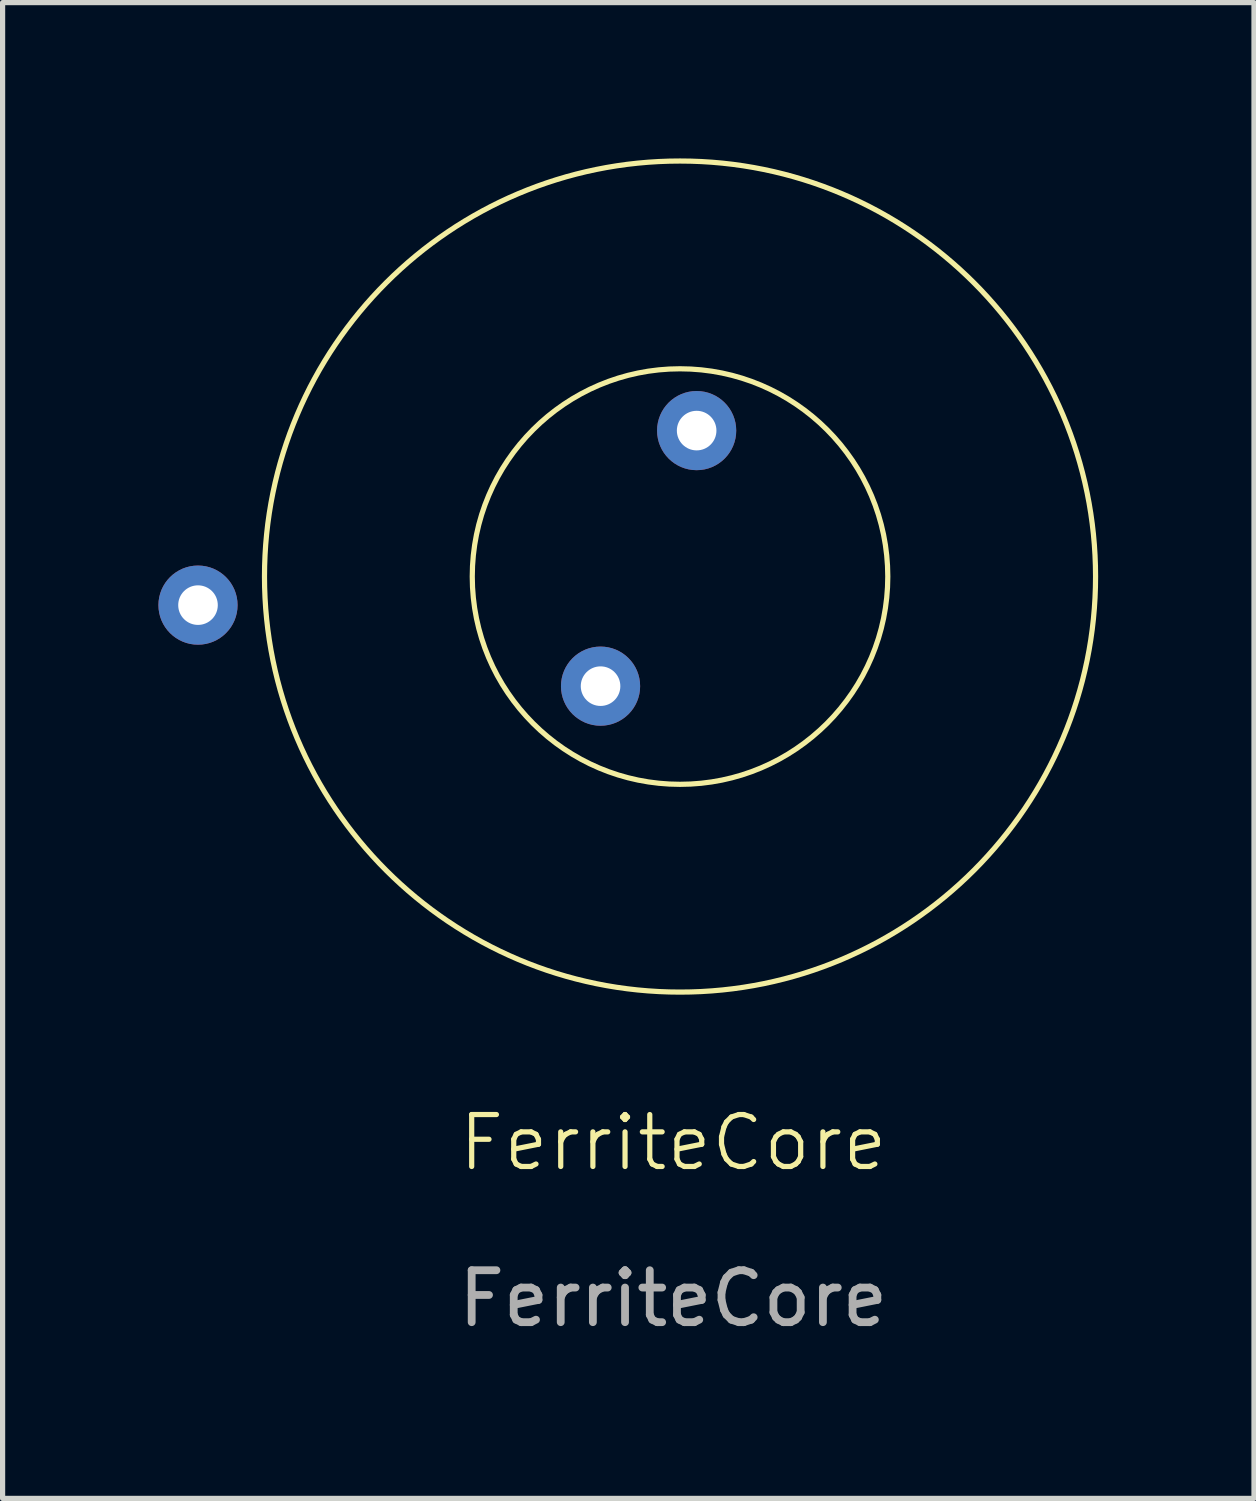
<source format=kicad_pcb>
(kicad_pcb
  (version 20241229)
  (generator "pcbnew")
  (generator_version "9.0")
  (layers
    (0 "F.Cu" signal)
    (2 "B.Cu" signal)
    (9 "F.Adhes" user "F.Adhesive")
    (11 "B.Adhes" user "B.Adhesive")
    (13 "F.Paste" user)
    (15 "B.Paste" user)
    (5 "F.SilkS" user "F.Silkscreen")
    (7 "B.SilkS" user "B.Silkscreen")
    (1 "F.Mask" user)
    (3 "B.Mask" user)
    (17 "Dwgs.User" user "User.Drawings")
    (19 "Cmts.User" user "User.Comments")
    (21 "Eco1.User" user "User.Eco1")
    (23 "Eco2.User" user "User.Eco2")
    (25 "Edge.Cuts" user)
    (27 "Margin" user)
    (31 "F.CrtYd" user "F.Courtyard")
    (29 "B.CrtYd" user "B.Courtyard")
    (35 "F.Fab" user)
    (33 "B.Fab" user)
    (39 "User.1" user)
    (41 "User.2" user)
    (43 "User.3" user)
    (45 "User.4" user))
  (footprint "FerriteCore"
    (layer "F.Cu")
    (at 9.912 19.45)
    (property "Reference" "FerriteCore" (at 0 -0.5 0) (unlocked yes) (layer "F.SilkS") (effects (font (size 1 1) (thickness 0.1))))
    (attr through_hole)
    (fp_circle (center 0.13 -11.4) (end 4.13 -11.4) (stroke (width 0.1) (type default)) (fill no) (layer "F.SilkS"))
    (fp_circle (center 0.13 -11.4) (end 8.13 -11.4) (stroke (width 0.1) (type default)) (fill no) (layer "F.SilkS"))
    (fp_text user "${REFERENCE}" (at 0 2.5 0) (unlocked yes) (layer "F.Fab") (effects (font (size 1 1) (thickness 0.15))))
    (pad "1" thru_hole circle (at -9.15 -10.85) (size 1.524 1.524) (drill 0.762) (layers "*.Cu" "*.Mask"))
    (pad "2" thru_hole circle (at -1.4 -9.29) (size 1.524 1.524) (drill 0.762) (layers "*.Cu" "*.Mask"))
    (pad "3" thru_hole circle (at 0.45 -14.21) (size 1.524 1.524) (drill 0.762) (layers "*.Cu" "*.Mask")))
  (gr_rect
    (start -3 -3)
    (end 21.092 25.798)
    (stroke (width 0.1) (type default))
    (fill no)
    (layer "Edge.Cuts")))
</source>
